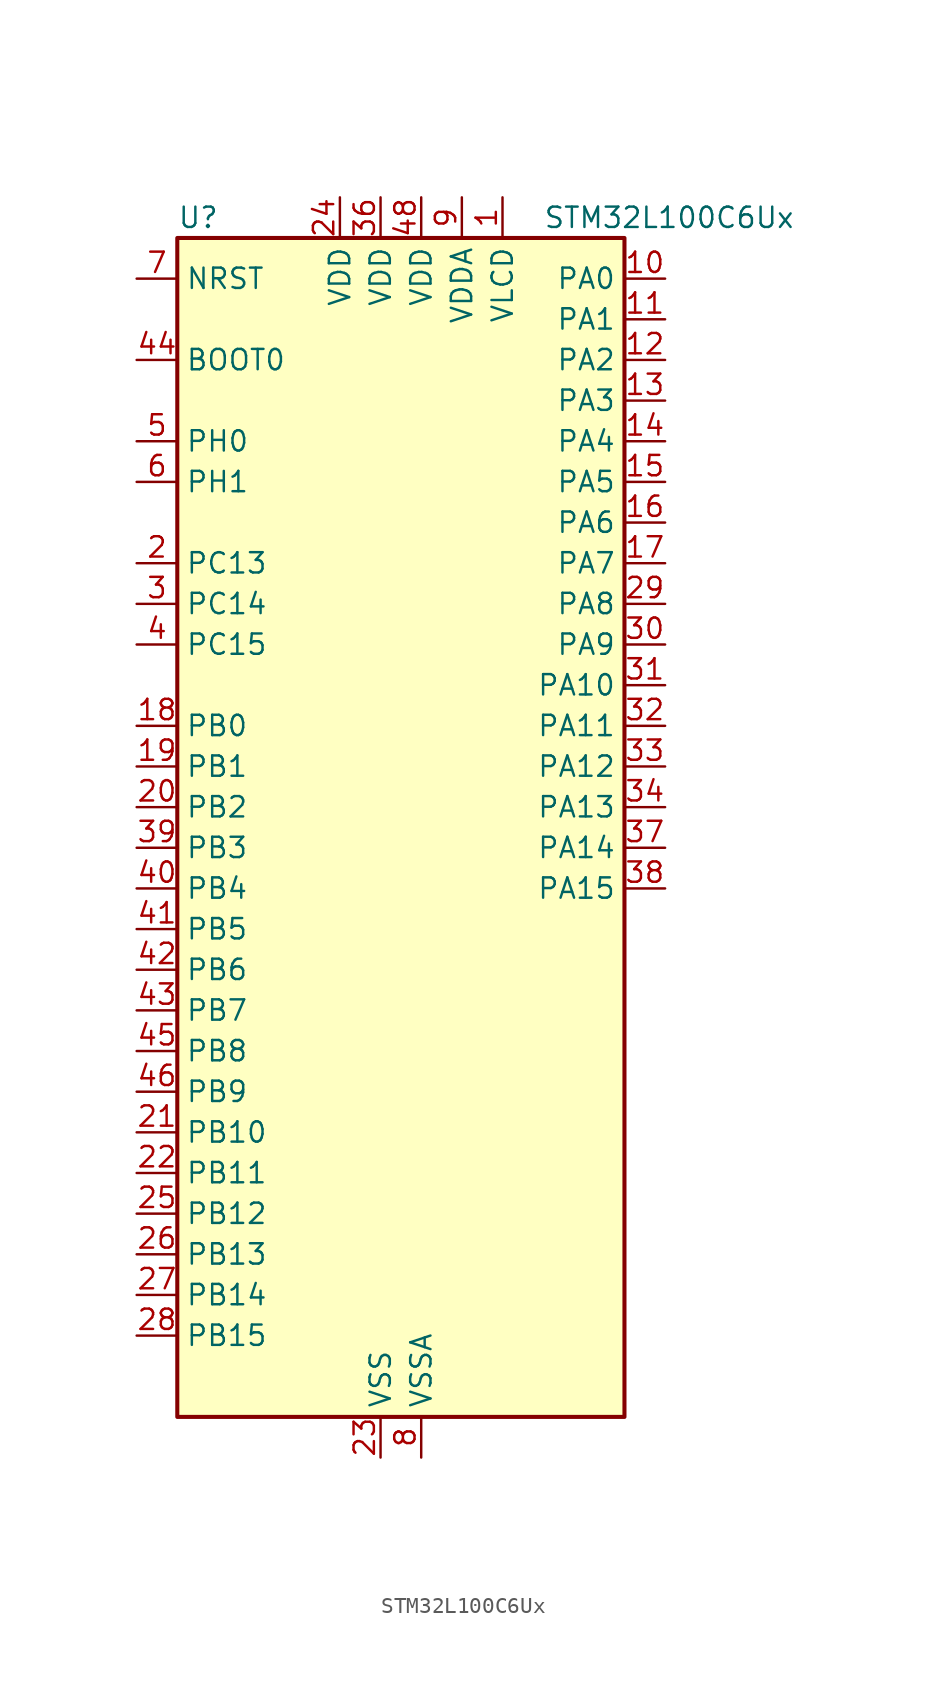
<source format=kicad_sym>
(kicad_symbol_lib
  (version 20231120)
  (generator "kicad-library-utils")
  (generator_version "8.0")
  (symbol "STM32L100C6Ux"
    (property "Reference" "U"
      (at -12.7 39.37 0)
      (effects (font (size 1.27 1.27)) (justify left)))
    (property "Value" "STM32L100C6Ux"
      (at 10.16 39.37 0)
      (effects (font (size 1.27 1.27)) (justify left)))
    (symbol "STM32L100C6Ux_0_1"
      (rectangle (start -12.7 -35.56) (end 15.24 38.1) (stroke (width 0.254) (type default)) (fill (type background))))
    (symbol "STM32L100C6Ux_1_1"
      (pin power_in line (at 7.62 40.64 270) (length 2.54) (name "VLCD" (effects (font (size 1.27 1.27)))) (number "1" (effects (font (size 1.27 1.27)))))
      (pin bidirectional line (at 17.78 35.56 180) (length 2.54) (name "PA0" (effects (font (size 1.27 1.27)))) (number "10" (effects (font (size 1.27 1.27)))) (alternate "ADC_IN0" bidirectional line) (alternate "COMP1_INP" bidirectional line) (alternate "SYS_WKUP1" bidirectional line) (alternate "TIM2_CH1" bidirectional line) (alternate "TIM2_ETR" bidirectional line) (alternate "TIMX_IC1" bidirectional line) (alternate "USART2_CTS" bidirectional line))
      (pin bidirectional line (at 17.78 33.02 180) (length 2.54) (name "PA1" (effects (font (size 1.27 1.27)))) (number "11" (effects (font (size 1.27 1.27)))) (alternate "ADC_IN1" bidirectional line) (alternate "COMP1_INP" bidirectional line) (alternate "LCD_SEG0" bidirectional line) (alternate "TIM2_CH2" bidirectional line) (alternate "TIMX_IC2" bidirectional line) (alternate "USART2_RTS" bidirectional line))
      (pin bidirectional line (at 17.78 30.48 180) (length 2.54) (name "PA2" (effects (font (size 1.27 1.27)))) (number "12" (effects (font (size 1.27 1.27)))) (alternate "ADC_IN2" bidirectional line) (alternate "COMP1_INP" bidirectional line) (alternate "LCD_SEG1" bidirectional line) (alternate "TIM2_CH3" bidirectional line) (alternate "TIM9_CH1" bidirectional line) (alternate "TIMX_IC3" bidirectional line) (alternate "USART2_TX" bidirectional line))
      (pin bidirectional line (at 17.78 27.94 180) (length 2.54) (name "PA3" (effects (font (size 1.27 1.27)))) (number "13" (effects (font (size 1.27 1.27)))) (alternate "ADC_IN3" bidirectional line) (alternate "COMP1_INP" bidirectional line) (alternate "LCD_SEG2" bidirectional line) (alternate "TIM2_CH4" bidirectional line) (alternate "TIM9_CH2" bidirectional line) (alternate "TIMX_IC4" bidirectional line) (alternate "USART2_RX" bidirectional line))
      (pin bidirectional line (at 17.78 25.4 180) (length 2.54) (name "PA4" (effects (font (size 1.27 1.27)))) (number "14" (effects (font (size 1.27 1.27)))) (alternate "ADC_IN4" bidirectional line) (alternate "COMP1_INP" bidirectional line) (alternate "DAC_OUT1" bidirectional line) (alternate "SPI1_NSS" bidirectional line) (alternate "TIMX_IC1" bidirectional line) (alternate "USART2_CK" bidirectional line))
      (pin bidirectional line (at 17.78 22.86 180) (length 2.54) (name "PA5" (effects (font (size 1.27 1.27)))) (number "15" (effects (font (size 1.27 1.27)))) (alternate "ADC_IN5" bidirectional line) (alternate "COMP1_INP" bidirectional line) (alternate "DAC_OUT2" bidirectional line) (alternate "SPI1_SCK" bidirectional line) (alternate "TIM2_CH1" bidirectional line) (alternate "TIM2_ETR" bidirectional line) (alternate "TIMX_IC2" bidirectional line))
      (pin bidirectional line (at 17.78 20.32 180) (length 2.54) (name "PA6" (effects (font (size 1.27 1.27)))) (number "16" (effects (font (size 1.27 1.27)))) (alternate "ADC_IN6" bidirectional line) (alternate "COMP1_INP" bidirectional line) (alternate "LCD_SEG3" bidirectional line) (alternate "SPI1_MISO" bidirectional line) (alternate "TIM10_CH1" bidirectional line) (alternate "TIM3_CH1" bidirectional line) (alternate "TIMX_IC3" bidirectional line))
      (pin bidirectional line (at 17.78 17.78 180) (length 2.54) (name "PA7" (effects (font (size 1.27 1.27)))) (number "17" (effects (font (size 1.27 1.27)))) (alternate "ADC_IN7" bidirectional line) (alternate "COMP1_INP" bidirectional line) (alternate "LCD_SEG4" bidirectional line) (alternate "SPI1_MOSI" bidirectional line) (alternate "TIM11_CH1" bidirectional line) (alternate "TIM3_CH2" bidirectional line) (alternate "TIMX_IC4" bidirectional line))
      (pin bidirectional line (at -15.24 7.62 0) (length 2.54) (name "PB0" (effects (font (size 1.27 1.27)))) (number "18" (effects (font (size 1.27 1.27)))) (alternate "ADC_IN8" bidirectional line) (alternate "COMP1_INP" bidirectional line) (alternate "LCD_SEG5" bidirectional line) (alternate "SYS_V_REF_OUT" bidirectional line) (alternate "TIM3_CH3" bidirectional line))
      (pin bidirectional line (at -15.24 5.08 0) (length 2.54) (name "PB1" (effects (font (size 1.27 1.27)))) (number "19" (effects (font (size 1.27 1.27)))) (alternate "ADC_IN9" bidirectional line) (alternate "COMP1_INP" bidirectional line) (alternate "LCD_SEG6" bidirectional line) (alternate "SYS_V_REF_OUT" bidirectional line) (alternate "TIM3_CH4" bidirectional line))
      (pin bidirectional line (at -15.24 17.78 0) (length 2.54) (name "PC13" (effects (font (size 1.27 1.27)))) (number "2" (effects (font (size 1.27 1.27)))) (alternate "RTC_OUT_ALARM" bidirectional line) (alternate "RTC_OUT_CALIB" bidirectional line) (alternate "RTC_TAMP1" bidirectional line) (alternate "RTC_TS" bidirectional line) (alternate "SYS_WKUP2" bidirectional line) (alternate "TIMX_IC2" bidirectional line))
      (pin bidirectional line (at -15.24 2.54 0) (length 2.54) (name "PB2" (effects (font (size 1.27 1.27)))) (number "20" (effects (font (size 1.27 1.27)))))
      (pin bidirectional line (at -15.24 -17.78 0) (length 2.54) (name "PB10" (effects (font (size 1.27 1.27)))) (number "21" (effects (font (size 1.27 1.27)))) (alternate "I2C2_SCL" bidirectional line) (alternate "LCD_SEG10" bidirectional line) (alternate "TIM2_CH3" bidirectional line) (alternate "USART3_TX" bidirectional line))
      (pin bidirectional line (at -15.24 -20.32 0) (length 2.54) (name "PB11" (effects (font (size 1.27 1.27)))) (number "22" (effects (font (size 1.27 1.27)))) (alternate "ADC_EXTI11" bidirectional line) (alternate "I2C2_SDA" bidirectional line) (alternate "LCD_SEG11" bidirectional line) (alternate "TIM2_CH4" bidirectional line) (alternate "USART3_RX" bidirectional line))
      (pin power_in line (at 0 -38.1 90) (length 2.54) (name "VSS" (effects (font (size 1.27 1.27)))) (number "23" (effects (font (size 1.27 1.27)))))
      (pin power_in line (at -2.54 40.64 270) (length 2.54) (name "VDD" (effects (font (size 1.27 1.27)))) (number "24" (effects (font (size 1.27 1.27)))))
      (pin bidirectional line (at -15.24 -22.86 0) (length 2.54) (name "PB12" (effects (font (size 1.27 1.27)))) (number "25" (effects (font (size 1.27 1.27)))) (alternate "ADC_IN18" bidirectional line) (alternate "COMP1_INP" bidirectional line) (alternate "I2C2_SMBA" bidirectional line) (alternate "LCD_SEG12" bidirectional line) (alternate "SPI2_NSS" bidirectional line) (alternate "TIM10_CH1" bidirectional line) (alternate "USART3_CK" bidirectional line))
      (pin bidirectional line (at -15.24 -25.4 0) (length 2.54) (name "PB13" (effects (font (size 1.27 1.27)))) (number "26" (effects (font (size 1.27 1.27)))) (alternate "ADC_IN19" bidirectional line) (alternate "COMP1_INP" bidirectional line) (alternate "LCD_SEG13" bidirectional line) (alternate "SPI2_SCK" bidirectional line) (alternate "TIM9_CH1" bidirectional line) (alternate "USART3_CTS" bidirectional line))
      (pin bidirectional line (at -15.24 -27.94 0) (length 2.54) (name "PB14" (effects (font (size 1.27 1.27)))) (number "27" (effects (font (size 1.27 1.27)))) (alternate "ADC_IN20" bidirectional line) (alternate "COMP1_INP" bidirectional line) (alternate "LCD_SEG14" bidirectional line) (alternate "SPI2_MISO" bidirectional line) (alternate "TIM9_CH2" bidirectional line) (alternate "USART3_RTS" bidirectional line))
      (pin bidirectional line (at -15.24 -30.48 0) (length 2.54) (name "PB15" (effects (font (size 1.27 1.27)))) (number "28" (effects (font (size 1.27 1.27)))) (alternate "ADC_EXTI15" bidirectional line) (alternate "ADC_IN21" bidirectional line) (alternate "COMP1_INP" bidirectional line) (alternate "LCD_SEG15" bidirectional line) (alternate "RTC_REFIN" bidirectional line) (alternate "SPI2_MOSI" bidirectional line) (alternate "TIM11_CH1" bidirectional line))
      (pin bidirectional line (at 17.78 15.24 180) (length 2.54) (name "PA8" (effects (font (size 1.27 1.27)))) (number "29" (effects (font (size 1.27 1.27)))) (alternate "LCD_COM0" bidirectional line) (alternate "RCC_MCO" bidirectional line) (alternate "TIMX_IC1" bidirectional line) (alternate "USART1_CK" bidirectional line))
      (pin bidirectional line (at -15.24 15.24 0) (length 2.54) (name "PC14" (effects (font (size 1.27 1.27)))) (number "3" (effects (font (size 1.27 1.27)))) (alternate "RCC_OSC32_IN" bidirectional line) (alternate "TIMX_IC3" bidirectional line))
      (pin bidirectional line (at 17.78 12.7 180) (length 2.54) (name "PA9" (effects (font (size 1.27 1.27)))) (number "30" (effects (font (size 1.27 1.27)))) (alternate "DAC_EXTI9" bidirectional line) (alternate "LCD_COM1" bidirectional line) (alternate "TIMX_IC2" bidirectional line) (alternate "USART1_TX" bidirectional line))
      (pin bidirectional line (at 17.78 10.16 180) (length 2.54) (name "PA10" (effects (font (size 1.27 1.27)))) (number "31" (effects (font (size 1.27 1.27)))) (alternate "LCD_COM2" bidirectional line) (alternate "TIMX_IC3" bidirectional line) (alternate "USART1_RX" bidirectional line))
      (pin bidirectional line (at 17.78 7.62 180) (length 2.54) (name "PA11" (effects (font (size 1.27 1.27)))) (number "32" (effects (font (size 1.27 1.27)))) (alternate "ADC_EXTI11" bidirectional line) (alternate "SPI1_MISO" bidirectional line) (alternate "TIMX_IC4" bidirectional line) (alternate "USART1_CTS" bidirectional line) (alternate "USB_DM" bidirectional line))
      (pin bidirectional line (at 17.78 5.08 180) (length 2.54) (name "PA12" (effects (font (size 1.27 1.27)))) (number "33" (effects (font (size 1.27 1.27)))) (alternate "SPI1_MOSI" bidirectional line) (alternate "TIMX_IC1" bidirectional line) (alternate "USART1_RTS" bidirectional line) (alternate "USB_DP" bidirectional line))
      (pin bidirectional line (at 17.78 2.54 180) (length 2.54) (name "PA13" (effects (font (size 1.27 1.27)))) (number "34" (effects (font (size 1.27 1.27)))) (alternate "SYS_JTMS-SWDIO" bidirectional line) (alternate "TIMX_IC2" bidirectional line))
      (pin passive line (at 0 -38.1 90) (length 2.54) hide (name "VSS" (effects (font (size 1.27 1.27)))) (number "35" (effects (font (size 1.27 1.27)))))
      (pin power_in line (at 0 40.64 270) (length 2.54) (name "VDD" (effects (font (size 1.27 1.27)))) (number "36" (effects (font (size 1.27 1.27)))))
      (pin bidirectional line (at 17.78 0 180) (length 2.54) (name "PA14" (effects (font (size 1.27 1.27)))) (number "37" (effects (font (size 1.27 1.27)))) (alternate "SYS_JTCK-SWCLK" bidirectional line) (alternate "TIMX_IC3" bidirectional line))
      (pin bidirectional line (at 17.78 -2.54 180) (length 2.54) (name "PA15" (effects (font (size 1.27 1.27)))) (number "38" (effects (font (size 1.27 1.27)))) (alternate "ADC_EXTI15" bidirectional line) (alternate "LCD_SEG17" bidirectional line) (alternate "SPI1_NSS" bidirectional line) (alternate "SYS_JTDI" bidirectional line) (alternate "TIM2_CH1" bidirectional line) (alternate "TIM2_ETR" bidirectional line) (alternate "TIMX_IC4" bidirectional line))
      (pin bidirectional line (at -15.24 0 0) (length 2.54) (name "PB3" (effects (font (size 1.27 1.27)))) (number "39" (effects (font (size 1.27 1.27)))) (alternate "COMP2_INM" bidirectional line) (alternate "LCD_SEG7" bidirectional line) (alternate "SPI1_SCK" bidirectional line) (alternate "SYS_JTDO-TRACESWO" bidirectional line) (alternate "TIM2_CH2" bidirectional line))
      (pin bidirectional line (at -15.24 12.7 0) (length 2.54) (name "PC15" (effects (font (size 1.27 1.27)))) (number "4" (effects (font (size 1.27 1.27)))) (alternate "ADC_EXTI15" bidirectional line) (alternate "RCC_OSC32_OUT" bidirectional line) (alternate "TIMX_IC4" bidirectional line))
      (pin bidirectional line (at -15.24 -2.54 0) (length 2.54) (name "PB4" (effects (font (size 1.27 1.27)))) (number "40" (effects (font (size 1.27 1.27)))) (alternate "COMP2_INP" bidirectional line) (alternate "LCD_SEG8" bidirectional line) (alternate "SPI1_MISO" bidirectional line) (alternate "SYS_JTRST" bidirectional line) (alternate "TIM3_CH1" bidirectional line))
      (pin bidirectional line (at -15.24 -5.08 0) (length 2.54) (name "PB5" (effects (font (size 1.27 1.27)))) (number "41" (effects (font (size 1.27 1.27)))) (alternate "COMP2_INP" bidirectional line) (alternate "I2C1_SMBA" bidirectional line) (alternate "LCD_SEG9" bidirectional line) (alternate "SPI1_MOSI" bidirectional line) (alternate "TIM3_CH2" bidirectional line))
      (pin bidirectional line (at -15.24 -7.62 0) (length 2.54) (name "PB6" (effects (font (size 1.27 1.27)))) (number "42" (effects (font (size 1.27 1.27)))) (alternate "I2C1_SCL" bidirectional line) (alternate "TIM4_CH1" bidirectional line) (alternate "USART1_TX" bidirectional line))
      (pin bidirectional line (at -15.24 -10.16 0) (length 2.54) (name "PB7" (effects (font (size 1.27 1.27)))) (number "43" (effects (font (size 1.27 1.27)))) (alternate "I2C1_SDA" bidirectional line) (alternate "SYS_PVD_IN" bidirectional line) (alternate "TIM4_CH2" bidirectional line) (alternate "USART1_RX" bidirectional line))
      (pin input line (at -15.24 30.48 0) (length 2.54) (name "BOOT0" (effects (font (size 1.27 1.27)))) (number "44" (effects (font (size 1.27 1.27)))))
      (pin bidirectional line (at -15.24 -12.7 0) (length 2.54) (name "PB8" (effects (font (size 1.27 1.27)))) (number "45" (effects (font (size 1.27 1.27)))) (alternate "I2C1_SCL" bidirectional line) (alternate "LCD_SEG16" bidirectional line) (alternate "TIM10_CH1" bidirectional line) (alternate "TIM4_CH3" bidirectional line))
      (pin bidirectional line (at -15.24 -15.24 0) (length 2.54) (name "PB9" (effects (font (size 1.27 1.27)))) (number "46" (effects (font (size 1.27 1.27)))) (alternate "DAC_EXTI9" bidirectional line) (alternate "I2C1_SDA" bidirectional line) (alternate "LCD_COM3" bidirectional line) (alternate "TIM11_CH1" bidirectional line) (alternate "TIM4_CH4" bidirectional line))
      (pin passive line (at 0 -38.1 90) (length 2.54) hide (name "VSS" (effects (font (size 1.27 1.27)))) (number "47" (effects (font (size 1.27 1.27)))))
      (pin power_in line (at 2.54 40.64 270) (length 2.54) (name "VDD" (effects (font (size 1.27 1.27)))) (number "48" (effects (font (size 1.27 1.27)))))
      (pin passive line (at 0 -38.1 90) (length 2.54) hide (name "VSS" (effects (font (size 1.27 1.27)))) (number "49" (effects (font (size 1.27 1.27)))))
      (pin bidirectional line (at -15.24 25.4 0) (length 2.54) (name "PH0" (effects (font (size 1.27 1.27)))) (number "5" (effects (font (size 1.27 1.27)))) (alternate "RCC_OSC_IN" bidirectional line))
      (pin bidirectional line (at -15.24 22.86 0) (length 2.54) (name "PH1" (effects (font (size 1.27 1.27)))) (number "6" (effects (font (size 1.27 1.27)))) (alternate "RCC_OSC_OUT" bidirectional line))
      (pin input line (at -15.24 35.56 0) (length 2.54) (name "NRST" (effects (font (size 1.27 1.27)))) (number "7" (effects (font (size 1.27 1.27)))))
      (pin power_in line (at 2.54 -38.1 90) (length 2.54) (name "VSSA" (effects (font (size 1.27 1.27)))) (number "8" (effects (font (size 1.27 1.27)))))
      (pin power_in line (at 5.08 40.64 270) (length 2.54) (name "VDDA" (effects (font (size 1.27 1.27)))) (number "9" (effects (font (size 1.27 1.27))))))))
</source>
